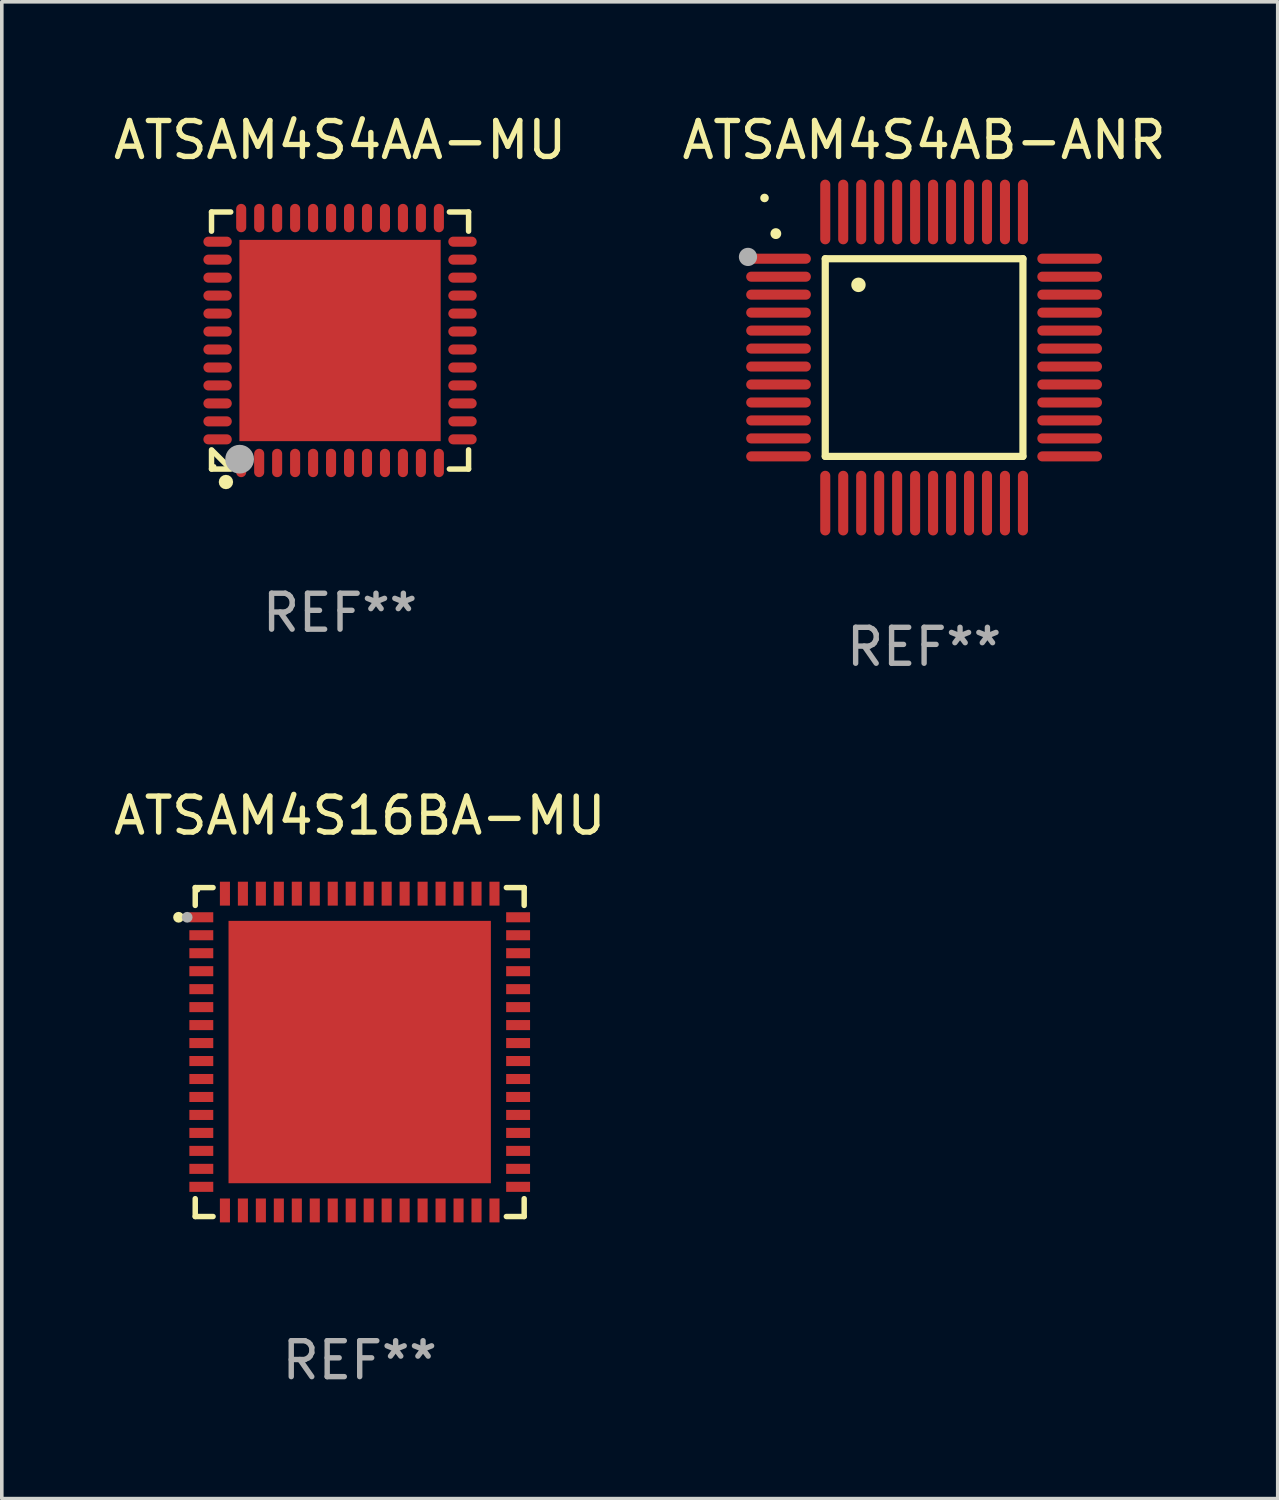
<source format=kicad_pcb>
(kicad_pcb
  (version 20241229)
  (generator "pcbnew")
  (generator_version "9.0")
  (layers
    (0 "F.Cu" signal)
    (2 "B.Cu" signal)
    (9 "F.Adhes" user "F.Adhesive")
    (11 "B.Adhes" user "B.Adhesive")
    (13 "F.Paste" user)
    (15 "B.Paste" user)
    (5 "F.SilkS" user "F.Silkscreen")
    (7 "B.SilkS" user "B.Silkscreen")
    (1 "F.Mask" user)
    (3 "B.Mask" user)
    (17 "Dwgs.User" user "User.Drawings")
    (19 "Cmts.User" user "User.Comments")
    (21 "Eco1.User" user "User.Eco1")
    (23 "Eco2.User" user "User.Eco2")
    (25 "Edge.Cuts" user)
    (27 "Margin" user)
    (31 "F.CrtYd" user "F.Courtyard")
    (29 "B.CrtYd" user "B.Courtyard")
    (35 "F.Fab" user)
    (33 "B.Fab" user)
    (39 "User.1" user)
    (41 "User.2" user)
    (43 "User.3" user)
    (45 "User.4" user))
  (footprint "ATSAM4S4AA-MU"
    (layer "F.Cu")
    (at 6.411 6.424)
    (property "Reference" "ATSAM4S4AA-MU" (at 0 -5.576 0) (layer "F.SilkS") (effects (font (size 1 1) (thickness 0.15))))
    (attr through_hole)
    (fp_line (start -3.576 -3.576) (end -3.576 -3.042) (stroke (width 0.152) (type solid)) (layer "F.SilkS"))
    (fp_line (start -3.576 3.576) (end -3.576 3.042) (stroke (width 0.152) (type solid)) (layer "F.SilkS"))
    (fp_line (start -3.069 3.549) (end -3.549 3.069) (stroke (width 0.152) (type solid)) (layer "F.SilkS"))
    (fp_line (start -3.042 -3.576) (end -3.576 -3.576) (stroke (width 0.152) (type solid)) (layer "F.SilkS"))
    (fp_line (start -3.042 3.576) (end -3.576 3.576) (stroke (width 0.152) (type solid)) (layer "F.SilkS"))
    (fp_line (start 3.042 -3.576) (end 3.576 -3.576) (stroke (width 0.152) (type solid)) (layer "F.SilkS"))
    (fp_line (start 3.042 3.576) (end 3.576 3.576) (stroke (width 0.152) (type solid)) (layer "F.SilkS"))
    (fp_line (start 3.576 -3.576) (end 3.576 -3.042) (stroke (width 0.152) (type solid)) (layer "F.SilkS"))
    (fp_line (start 3.576 3.576) (end 3.576 3.042) (stroke (width 0.152) (type solid)) (layer "F.SilkS"))
    (fp_circle (center -3.5 3.5) (end -3.47 3.5) (stroke (width 0.06) (type solid)) (fill no) (layer "F.SilkS"))
    (fp_circle (center -3.175 3.937) (end -3.075 3.937) (stroke (width 0.2) (type solid)) (fill no) (layer "F.SilkS"))
    (fp_circle (center -2.794 3.302) (end -2.594 3.302) (stroke (width 0.4) (type solid)) (fill no) (layer "F.Fab"))
    (fp_text user "REF**" (at 0 7.576 0) (layer "F.Fab") (effects (font (size 1 1) (thickness 0.15))))
    (pad "1" smd oval (at -2.75 3.407) (size 0.28 0.79) (layers "F.Cu" "F.Mask" "F.Paste"))
    (pad "2" smd oval (at -2.25 3.407) (size 0.28 0.79) (layers "F.Cu" "F.Mask" "F.Paste"))
    (pad "3" smd oval (at -1.75 3.407) (size 0.28 0.79) (layers "F.Cu" "F.Mask" "F.Paste"))
    (pad "4" smd oval (at -1.25 3.407) (size 0.28 0.79) (layers "F.Cu" "F.Mask" "F.Paste"))
    (pad "5" smd oval (at -0.75 3.407) (size 0.28 0.79) (layers "F.Cu" "F.Mask" "F.Paste"))
    (pad "6" smd oval (at -0.25 3.407) (size 0.28 0.79) (layers "F.Cu" "F.Mask" "F.Paste"))
    (pad "7" smd oval (at 0.25 3.407) (size 0.28 0.79) (layers "F.Cu" "F.Mask" "F.Paste"))
    (pad "8" smd oval (at 0.75 3.407) (size 0.28 0.79) (layers "F.Cu" "F.Mask" "F.Paste"))
    (pad "9" smd oval (at 1.25 3.407) (size 0.28 0.79) (layers "F.Cu" "F.Mask" "F.Paste"))
    (pad "10" smd oval (at 1.75 3.407) (size 0.28 0.79) (layers "F.Cu" "F.Mask" "F.Paste"))
    (pad "11" smd oval (at 2.25 3.407) (size 0.28 0.79) (layers "F.Cu" "F.Mask" "F.Paste"))
    (pad "12" smd oval (at 2.75 3.407) (size 0.28 0.79) (layers "F.Cu" "F.Mask" "F.Paste"))
    (pad "13" smd oval (at 3.407 2.75) (size 0.79 0.28) (layers "F.Cu" "F.Mask" "F.Paste"))
    (pad "14" smd oval (at 3.407 2.25) (size 0.79 0.28) (layers "F.Cu" "F.Mask" "F.Paste"))
    (pad "15" smd oval (at 3.407 1.75) (size 0.79 0.28) (layers "F.Cu" "F.Mask" "F.Paste"))
    (pad "16" smd oval (at 3.407 1.25) (size 0.79 0.28) (layers "F.Cu" "F.Mask" "F.Paste"))
    (pad "17" smd oval (at 3.407 0.75) (size 0.79 0.28) (layers "F.Cu" "F.Mask" "F.Paste"))
    (pad "18" smd oval (at 3.407 0.25) (size 0.79 0.28) (layers "F.Cu" "F.Mask" "F.Paste"))
    (pad "19" smd oval (at 3.407 -0.25) (size 0.79 0.28) (layers "F.Cu" "F.Mask" "F.Paste"))
    (pad "20" smd oval (at 3.407 -0.75) (size 0.79 0.28) (layers "F.Cu" "F.Mask" "F.Paste"))
    (pad "21" smd oval (at 3.407 -1.25) (size 0.79 0.28) (layers "F.Cu" "F.Mask" "F.Paste"))
    (pad "22" smd oval (at 3.407 -1.75) (size 0.79 0.28) (layers "F.Cu" "F.Mask" "F.Paste"))
    (pad "23" smd oval (at 3.407 -2.25) (size 0.79 0.28) (layers "F.Cu" "F.Mask" "F.Paste"))
    (pad "24" smd oval (at 3.407 -2.75) (size 0.79 0.28) (layers "F.Cu" "F.Mask" "F.Paste"))
    (pad "25" smd oval (at 2.75 -3.407) (size 0.28 0.79) (layers "F.Cu" "F.Mask" "F.Paste"))
    (pad "26" smd oval (at 2.25 -3.407) (size 0.28 0.79) (layers "F.Cu" "F.Mask" "F.Paste"))
    (pad "27" smd oval (at 1.75 -3.407) (size 0.28 0.79) (layers "F.Cu" "F.Mask" "F.Paste"))
    (pad "28" smd oval (at 1.25 -3.407) (size 0.28 0.79) (layers "F.Cu" "F.Mask" "F.Paste"))
    (pad "29" smd oval (at 0.75 -3.407) (size 0.28 0.79) (layers "F.Cu" "F.Mask" "F.Paste"))
    (pad "30" smd oval (at 0.25 -3.407) (size 0.28 0.79) (layers "F.Cu" "F.Mask" "F.Paste"))
    (pad "31" smd oval (at -0.25 -3.407) (size 0.28 0.79) (layers "F.Cu" "F.Mask" "F.Paste"))
    (pad "32" smd oval (at -0.75 -3.407) (size 0.28 0.79) (layers "F.Cu" "F.Mask" "F.Paste"))
    (pad "33" smd oval (at -1.25 -3.407) (size 0.28 0.79) (layers "F.Cu" "F.Mask" "F.Paste"))
    (pad "34" smd oval (at -1.75 -3.407) (size 0.28 0.79) (layers "F.Cu" "F.Mask" "F.Paste"))
    (pad "35" smd oval (at -2.25 -3.407) (size 0.28 0.79) (layers "F.Cu" "F.Mask" "F.Paste"))
    (pad "36" smd oval (at -2.75 -3.407) (size 0.28 0.79) (layers "F.Cu" "F.Mask" "F.Paste"))
    (pad "37" smd oval (at -3.407 -2.75) (size 0.79 0.28) (layers "F.Cu" "F.Mask" "F.Paste"))
    (pad "38" smd oval (at -3.407 -2.25) (size 0.79 0.28) (layers "F.Cu" "F.Mask" "F.Paste"))
    (pad "39" smd oval (at -3.407 -1.75) (size 0.79 0.28) (layers "F.Cu" "F.Mask" "F.Paste"))
    (pad "40" smd oval (at -3.407 -1.25) (size 0.79 0.28) (layers "F.Cu" "F.Mask" "F.Paste"))
    (pad "41" smd oval (at -3.407 -0.75) (size 0.79 0.28) (layers "F.Cu" "F.Mask" "F.Paste"))
    (pad "42" smd oval (at -3.407 -0.25) (size 0.79 0.28) (layers "F.Cu" "F.Mask" "F.Paste"))
    (pad "43" smd oval (at -3.407 0.25) (size 0.79 0.28) (layers "F.Cu" "F.Mask" "F.Paste"))
    (pad "44" smd oval (at -3.407 0.75) (size 0.79 0.28) (layers "F.Cu" "F.Mask" "F.Paste"))
    (pad "45" smd oval (at -3.407 1.25) (size 0.79 0.28) (layers "F.Cu" "F.Mask" "F.Paste"))
    (pad "46" smd oval (at -3.407 1.75) (size 0.79 0.28) (layers "F.Cu" "F.Mask" "F.Paste"))
    (pad "47" smd oval (at -3.407 2.25) (size 0.79 0.28) (layers "F.Cu" "F.Mask" "F.Paste"))
    (pad "48" smd oval (at -3.407 2.75) (size 0.79 0.28) (layers "F.Cu" "F.Mask" "F.Paste"))
    (pad "49" smd rect (at 0 0) (size 5.6 5.6) (layers "F.Cu" "F.Mask" "F.Paste")))
  (footprint "ATSAM4S16BA-MU"
    (layer "F.Cu")
    (at 6.958 26.221)
    (property "Reference" "ATSAM4S16BA-MU" (at 0 -6.576 0) (layer "F.SilkS") (effects (font (size 1 1) (thickness 0.15))))
    (attr through_hole)
    (fp_line (start -4.576 -4.576) (end -4.576 -4.08) (stroke (width 0.152) (type solid)) (layer "F.SilkS"))
    (fp_line (start -4.576 4.576) (end -4.576 4.08) (stroke (width 0.152) (type solid)) (layer "F.SilkS"))
    (fp_line (start -4.08 -4.576) (end -4.576 -4.576) (stroke (width 0.152) (type solid)) (layer "F.SilkS"))
    (fp_line (start -4.08 4.576) (end -4.576 4.576) (stroke (width 0.152) (type solid)) (layer "F.SilkS"))
    (fp_line (start 4.08 -4.576) (end 4.576 -4.576) (stroke (width 0.152) (type solid)) (layer "F.SilkS"))
    (fp_line (start 4.08 4.576) (end 4.576 4.576) (stroke (width 0.152) (type solid)) (layer "F.SilkS"))
    (fp_line (start 4.576 -4.576) (end 4.576 -4.08) (stroke (width 0.152) (type solid)) (layer "F.SilkS"))
    (fp_line (start 4.576 4.576) (end 4.576 4.08) (stroke (width 0.152) (type solid)) (layer "F.SilkS"))
    (fp_circle (center -5.04 -3.75) (end -4.965 -3.75) (stroke (width 0.15) (type solid)) (fill no) (layer "F.SilkS"))
    (fp_circle (center -4.5 -4.5) (end -4.47 -4.5) (stroke (width 0.06) (type solid)) (fill no) (layer "F.SilkS"))
    (fp_circle (center -4.8 -3.75) (end -4.725 -3.75) (stroke (width 0.15) (type solid)) (fill no) (layer "F.Fab"))
    (fp_text user "REF**" (at 0 8.576 0) (layer "F.Fab") (effects (font (size 1 1) (thickness 0.15))))
    (pad "1" smd rect (at -4.407 -3.75) (size 0.665 0.28) (layers "F.Cu" "F.Mask" "F.Paste"))
    (pad "2" smd rect (at -4.407 -3.25) (size 0.665 0.28) (layers "F.Cu" "F.Mask" "F.Paste"))
    (pad "3" smd rect (at -4.407 -2.75) (size 0.665 0.28) (layers "F.Cu" "F.Mask" "F.Paste"))
    (pad "4" smd rect (at -4.407 -2.25) (size 0.665 0.28) (layers "F.Cu" "F.Mask" "F.Paste"))
    (pad "5" smd rect (at -4.407 -1.75) (size 0.665 0.28) (layers "F.Cu" "F.Mask" "F.Paste"))
    (pad "6" smd rect (at -4.407 -1.25) (size 0.665 0.28) (layers "F.Cu" "F.Mask" "F.Paste"))
    (pad "7" smd rect (at -4.407 -0.75) (size 0.665 0.28) (layers "F.Cu" "F.Mask" "F.Paste"))
    (pad "8" smd rect (at -4.407 -0.25) (size 0.665 0.28) (layers "F.Cu" "F.Mask" "F.Paste"))
    (pad "9" smd rect (at -4.407 0.25) (size 0.665 0.28) (layers "F.Cu" "F.Mask" "F.Paste"))
    (pad "10" smd rect (at -4.407 0.75) (size 0.665 0.28) (layers "F.Cu" "F.Mask" "F.Paste"))
    (pad "11" smd rect (at -4.407 1.25) (size 0.665 0.28) (layers "F.Cu" "F.Mask" "F.Paste"))
    (pad "12" smd rect (at -4.407 1.75) (size 0.665 0.28) (layers "F.Cu" "F.Mask" "F.Paste"))
    (pad "13" smd rect (at -4.407 2.25) (size 0.665 0.28) (layers "F.Cu" "F.Mask" "F.Paste"))
    (pad "14" smd rect (at -4.407 2.75) (size 0.665 0.28) (layers "F.Cu" "F.Mask" "F.Paste"))
    (pad "15" smd rect (at -4.407 3.25) (size 0.665 0.28) (layers "F.Cu" "F.Mask" "F.Paste"))
    (pad "16" smd rect (at -4.407 3.75) (size 0.665 0.28) (layers "F.Cu" "F.Mask" "F.Paste"))
    (pad "17" smd rect (at -3.75 4.407) (size 0.28 0.665) (layers "F.Cu" "F.Mask" "F.Paste"))
    (pad "18" smd rect (at -3.25 4.407) (size 0.28 0.665) (layers "F.Cu" "F.Mask" "F.Paste"))
    (pad "19" smd rect (at -2.75 4.407) (size 0.28 0.665) (layers "F.Cu" "F.Mask" "F.Paste"))
    (pad "20" smd rect (at -2.25 4.407) (size 0.28 0.665) (layers "F.Cu" "F.Mask" "F.Paste"))
    (pad "21" smd rect (at -1.75 4.407) (size 0.28 0.665) (layers "F.Cu" "F.Mask" "F.Paste"))
    (pad "22" smd rect (at -1.25 4.407) (size 0.28 0.665) (layers "F.Cu" "F.Mask" "F.Paste"))
    (pad "23" smd rect (at -0.75 4.407) (size 0.28 0.665) (layers "F.Cu" "F.Mask" "F.Paste"))
    (pad "24" smd rect (at -0.25 4.407) (size 0.28 0.665) (layers "F.Cu" "F.Mask" "F.Paste"))
    (pad "25" smd rect (at 0.25 4.407) (size 0.28 0.665) (layers "F.Cu" "F.Mask" "F.Paste"))
    (pad "26" smd rect (at 0.75 4.407) (size 0.28 0.665) (layers "F.Cu" "F.Mask" "F.Paste"))
    (pad "27" smd rect (at 1.25 4.407) (size 0.28 0.665) (layers "F.Cu" "F.Mask" "F.Paste"))
    (pad "28" smd rect (at 1.75 4.407) (size 0.28 0.665) (layers "F.Cu" "F.Mask" "F.Paste"))
    (pad "29" smd rect (at 2.25 4.407) (size 0.28 0.665) (layers "F.Cu" "F.Mask" "F.Paste"))
    (pad "30" smd rect (at 2.75 4.407) (size 0.28 0.665) (layers "F.Cu" "F.Mask" "F.Paste"))
    (pad "31" smd rect (at 3.25 4.407) (size 0.28 0.665) (layers "F.Cu" "F.Mask" "F.Paste"))
    (pad "32" smd rect (at 3.75 4.407) (size 0.28 0.665) (layers "F.Cu" "F.Mask" "F.Paste"))
    (pad "33" smd rect (at 4.407 3.75) (size 0.665 0.28) (layers "F.Cu" "F.Mask" "F.Paste"))
    (pad "34" smd rect (at 4.407 3.25) (size 0.665 0.28) (layers "F.Cu" "F.Mask" "F.Paste"))
    (pad "35" smd rect (at 4.407 2.75) (size 0.665 0.28) (layers "F.Cu" "F.Mask" "F.Paste"))
    (pad "36" smd rect (at 4.407 2.25) (size 0.665 0.28) (layers "F.Cu" "F.Mask" "F.Paste"))
    (pad "37" smd rect (at 4.407 1.75) (size 0.665 0.28) (layers "F.Cu" "F.Mask" "F.Paste"))
    (pad "38" smd rect (at 4.407 1.25) (size 0.665 0.28) (layers "F.Cu" "F.Mask" "F.Paste"))
    (pad "39" smd rect (at 4.407 0.75) (size 0.665 0.28) (layers "F.Cu" "F.Mask" "F.Paste"))
    (pad "40" smd rect (at 4.407 0.25) (size 0.665 0.28) (layers "F.Cu" "F.Mask" "F.Paste"))
    (pad "41" smd rect (at 4.407 -0.25) (size 0.665 0.28) (layers "F.Cu" "F.Mask" "F.Paste"))
    (pad "42" smd rect (at 4.407 -0.75) (size 0.665 0.28) (layers "F.Cu" "F.Mask" "F.Paste"))
    (pad "43" smd rect (at 4.407 -1.25) (size 0.665 0.28) (layers "F.Cu" "F.Mask" "F.Paste"))
    (pad "44" smd rect (at 4.407 -1.75) (size 0.665 0.28) (layers "F.Cu" "F.Mask" "F.Paste"))
    (pad "45" smd rect (at 4.407 -2.25) (size 0.665 0.28) (layers "F.Cu" "F.Mask" "F.Paste"))
    (pad "46" smd rect (at 4.407 -2.75) (size 0.665 0.28) (layers "F.Cu" "F.Mask" "F.Paste"))
    (pad "47" smd rect (at 4.407 -3.25) (size 0.665 0.28) (layers "F.Cu" "F.Mask" "F.Paste"))
    (pad "48" smd rect (at 4.407 -3.75) (size 0.665 0.28) (layers "F.Cu" "F.Mask" "F.Paste"))
    (pad "49" smd rect (at 3.75 -4.407) (size 0.28 0.665) (layers "F.Cu" "F.Mask" "F.Paste"))
    (pad "50" smd rect (at 3.25 -4.407) (size 0.28 0.665) (layers "F.Cu" "F.Mask" "F.Paste"))
    (pad "51" smd rect (at 2.75 -4.407) (size 0.28 0.665) (layers "F.Cu" "F.Mask" "F.Paste"))
    (pad "52" smd rect (at 2.25 -4.407) (size 0.28 0.665) (layers "F.Cu" "F.Mask" "F.Paste"))
    (pad "53" smd rect (at 1.75 -4.407) (size 0.28 0.665) (layers "F.Cu" "F.Mask" "F.Paste"))
    (pad "54" smd rect (at 1.25 -4.407) (size 0.28 0.665) (layers "F.Cu" "F.Mask" "F.Paste"))
    (pad "55" smd rect (at 0.75 -4.407) (size 0.28 0.665) (layers "F.Cu" "F.Mask" "F.Paste"))
    (pad "56" smd rect (at 0.25 -4.407) (size 0.28 0.665) (layers "F.Cu" "F.Mask" "F.Paste"))
    (pad "57" smd rect (at -0.25 -4.407) (size 0.28 0.665) (layers "F.Cu" "F.Mask" "F.Paste"))
    (pad "58" smd rect (at -0.75 -4.407) (size 0.28 0.665) (layers "F.Cu" "F.Mask" "F.Paste"))
    (pad "59" smd rect (at -1.25 -4.407) (size 0.28 0.665) (layers "F.Cu" "F.Mask" "F.Paste"))
    (pad "60" smd rect (at -1.75 -4.407) (size 0.28 0.665) (layers "F.Cu" "F.Mask" "F.Paste"))
    (pad "61" smd rect (at -2.25 -4.407) (size 0.28 0.665) (layers "F.Cu" "F.Mask" "F.Paste"))
    (pad "62" smd rect (at -2.75 -4.407) (size 0.28 0.665) (layers "F.Cu" "F.Mask" "F.Paste"))
    (pad "63" smd rect (at -3.25 -4.407) (size 0.28 0.665) (layers "F.Cu" "F.Mask" "F.Paste"))
    (pad "64" smd rect (at -3.75 -4.407) (size 0.28 0.665) (layers "F.Cu" "F.Mask" "F.Paste"))
    (pad "65" smd rect (at 0 0) (size 7.3 7.3) (layers "F.Cu" "F.Mask" "F.Paste")))
  (footprint "ATSAM4S4AB-ANR"
    (layer "F.Cu")
    (at 22.661 6.898)
    (property "Reference" "ATSAM4S4AB-ANR" (at 0 -6.05 0) (layer "F.SilkS") (effects (font (size 1 1) (thickness 0.15))))
    (attr through_hole)
    (fp_line (start -2.75 -2.75) (end 2.75 -2.75) (stroke (width 0.2) (type solid)) (layer "F.SilkS"))
    (fp_line (start -2.75 2.75) (end -2.75 -2.75) (stroke (width 0.2) (type solid)) (layer "F.SilkS"))
    (fp_line (start 2.75 -2.75) (end 2.75 2.75) (stroke (width 0.2) (type solid)) (layer "F.SilkS"))
    (fp_line (start 2.75 2.75) (end -2.75 2.75) (stroke (width 0.2) (type solid)) (layer "F.SilkS"))
    (fp_arc (start -4.124968 -3.446787) (mid -4.124973 -3.448057) (end -4.124968 -3.449327) (stroke (width 0.3) (type solid)) (layer "F.SilkS"))
    (fp_arc (start -1.826264 -2.021844) (mid -1.826268 -2.023114) (end -1.826264 -2.024384) (stroke (width 0.4) (type solid)) (layer "F.SilkS"))
    (fp_circle (center -4.44 -4.44) (end -4.38 -4.44) (stroke (width 0.12) (type solid)) (fill no) (layer "F.SilkS"))
    (fp_circle (center -4.9 -2.8) (end -4.773 -2.8) (stroke (width 0.254) (type solid)) (fill no) (layer "F.Fab"))
    (fp_text user "REF**" (at 0 8.05 0) (layer "F.Fab") (effects (font (size 1 1) (thickness 0.15))))
    (pad "1" smd oval (at -4.05 -2.75 90) (size 0.28 1.8) (layers "F.Cu" "F.Mask" "F.Paste"))
    (pad "2" smd oval (at -4.05 -2.25 90) (size 0.28 1.8) (layers "F.Cu" "F.Mask" "F.Paste"))
    (pad "3" smd oval (at -4.05 -1.75 90) (size 0.28 1.8) (layers "F.Cu" "F.Mask" "F.Paste"))
    (pad "4" smd oval (at -4.05 -1.25 90) (size 0.28 1.8) (layers "F.Cu" "F.Mask" "F.Paste"))
    (pad "5" smd oval (at -4.05 -0.75 90) (size 0.28 1.8) (layers "F.Cu" "F.Mask" "F.Paste"))
    (pad "6" smd oval (at -4.05 -0.25 90) (size 0.28 1.8) (layers "F.Cu" "F.Mask" "F.Paste"))
    (pad "7" smd oval (at -4.05 0.25 90) (size 0.28 1.8) (layers "F.Cu" "F.Mask" "F.Paste"))
    (pad "8" smd oval (at -4.05 0.75 90) (size 0.28 1.8) (layers "F.Cu" "F.Mask" "F.Paste"))
    (pad "9" smd oval (at -4.05 1.25 90) (size 0.28 1.8) (layers "F.Cu" "F.Mask" "F.Paste"))
    (pad "10" smd oval (at -4.05 1.75 90) (size 0.28 1.8) (layers "F.Cu" "F.Mask" "F.Paste"))
    (pad "11" smd oval (at -4.05 2.25 90) (size 0.28 1.8) (layers "F.Cu" "F.Mask" "F.Paste"))
    (pad "12" smd oval (at -4.05 2.75 90) (size 0.28 1.8) (layers "F.Cu" "F.Mask" "F.Paste"))
    (pad "13" smd oval (at -2.75 4.05) (size 0.28 1.8) (layers "F.Cu" "F.Mask" "F.Paste"))
    (pad "14" smd oval (at -2.25 4.05) (size 0.28 1.8) (layers "F.Cu" "F.Mask" "F.Paste"))
    (pad "15" smd oval (at -1.75 4.05) (size 0.28 1.8) (layers "F.Cu" "F.Mask" "F.Paste"))
    (pad "16" smd oval (at -1.25 4.05) (size 0.28 1.8) (layers "F.Cu" "F.Mask" "F.Paste"))
    (pad "17" smd oval (at -0.75 4.05) (size 0.28 1.8) (layers "F.Cu" "F.Mask" "F.Paste"))
    (pad "18" smd oval (at -0.25 4.05) (size 0.28 1.8) (layers "F.Cu" "F.Mask" "F.Paste"))
    (pad "19" smd oval (at 0.25 4.05) (size 0.28 1.8) (layers "F.Cu" "F.Mask" "F.Paste"))
    (pad "20" smd oval (at 0.75 4.05) (size 0.28 1.8) (layers "F.Cu" "F.Mask" "F.Paste"))
    (pad "21" smd oval (at 1.25 4.05) (size 0.28 1.8) (layers "F.Cu" "F.Mask" "F.Paste"))
    (pad "22" smd oval (at 1.75 4.05) (size 0.28 1.8) (layers "F.Cu" "F.Mask" "F.Paste"))
    (pad "23" smd oval (at 2.25 4.05) (size 0.28 1.8) (layers "F.Cu" "F.Mask" "F.Paste"))
    (pad "24" smd oval (at 2.75 4.05) (size 0.28 1.8) (layers "F.Cu" "F.Mask" "F.Paste"))
    (pad "25" smd oval (at 4.05 2.75 90) (size 0.28 1.8) (layers "F.Cu" "F.Mask" "F.Paste"))
    (pad "26" smd oval (at 4.05 2.25 90) (size 0.28 1.8) (layers "F.Cu" "F.Mask" "F.Paste"))
    (pad "27" smd oval (at 4.05 1.75 90) (size 0.28 1.8) (layers "F.Cu" "F.Mask" "F.Paste"))
    (pad "28" smd oval (at 4.05 1.25 90) (size 0.28 1.8) (layers "F.Cu" "F.Mask" "F.Paste"))
    (pad "29" smd oval (at 4.05 0.75 90) (size 0.28 1.8) (layers "F.Cu" "F.Mask" "F.Paste"))
    (pad "30" smd oval (at 4.05 0.25 90) (size 0.28 1.8) (layers "F.Cu" "F.Mask" "F.Paste"))
    (pad "31" smd oval (at 4.05 -0.25 90) (size 0.28 1.8) (layers "F.Cu" "F.Mask" "F.Paste"))
    (pad "32" smd oval (at 4.05 -0.75 90) (size 0.28 1.8) (layers "F.Cu" "F.Mask" "F.Paste"))
    (pad "33" smd oval (at 4.05 -1.25 90) (size 0.28 1.8) (layers "F.Cu" "F.Mask" "F.Paste"))
    (pad "34" smd oval (at 4.05 -1.75 90) (size 0.28 1.8) (layers "F.Cu" "F.Mask" "F.Paste"))
    (pad "35" smd oval (at 4.05 -2.25 90) (size 0.28 1.8) (layers "F.Cu" "F.Mask" "F.Paste"))
    (pad "36" smd oval (at 4.05 -2.75 90) (size 0.28 1.8) (layers "F.Cu" "F.Mask" "F.Paste"))
    (pad "37" smd oval (at 2.75 -4.05) (size 0.28 1.8) (layers "F.Cu" "F.Mask" "F.Paste"))
    (pad "38" smd oval (at 2.25 -4.05) (size 0.28 1.8) (layers "F.Cu" "F.Mask" "F.Paste"))
    (pad "39" smd oval (at 1.75 -4.05) (size 0.28 1.8) (layers "F.Cu" "F.Mask" "F.Paste"))
    (pad "40" smd oval (at 1.25 -4.05) (size 0.28 1.8) (layers "F.Cu" "F.Mask" "F.Paste"))
    (pad "41" smd oval (at 0.75 -4.05) (size 0.28 1.8) (layers "F.Cu" "F.Mask" "F.Paste"))
    (pad "42" smd oval (at 0.25 -4.05) (size 0.28 1.8) (layers "F.Cu" "F.Mask" "F.Paste"))
    (pad "43" smd oval (at -0.25 -4.05) (size 0.28 1.8) (layers "F.Cu" "F.Mask" "F.Paste"))
    (pad "44" smd oval (at -0.75 -4.05) (size 0.28 1.8) (layers "F.Cu" "F.Mask" "F.Paste"))
    (pad "45" smd oval (at -1.25 -4.05) (size 0.28 1.8) (layers "F.Cu" "F.Mask" "F.Paste"))
    (pad "46" smd oval (at -1.75 -4.05) (size 0.28 1.8) (layers "F.Cu" "F.Mask" "F.Paste"))
    (pad "47" smd oval (at -2.25 -4.05) (size 0.28 1.8) (layers "F.Cu" "F.Mask" "F.Paste"))
    (pad "48" smd oval (at -2.75 -4.05) (size 0.28 1.8) (layers "F.Cu" "F.Mask" "F.Paste")))
  (gr_rect
    (start -3 -3)
    (end 32.5 38.646)
    (stroke (width 0.1) (type default))
    (fill no)
    (layer "Edge.Cuts")))
</source>
